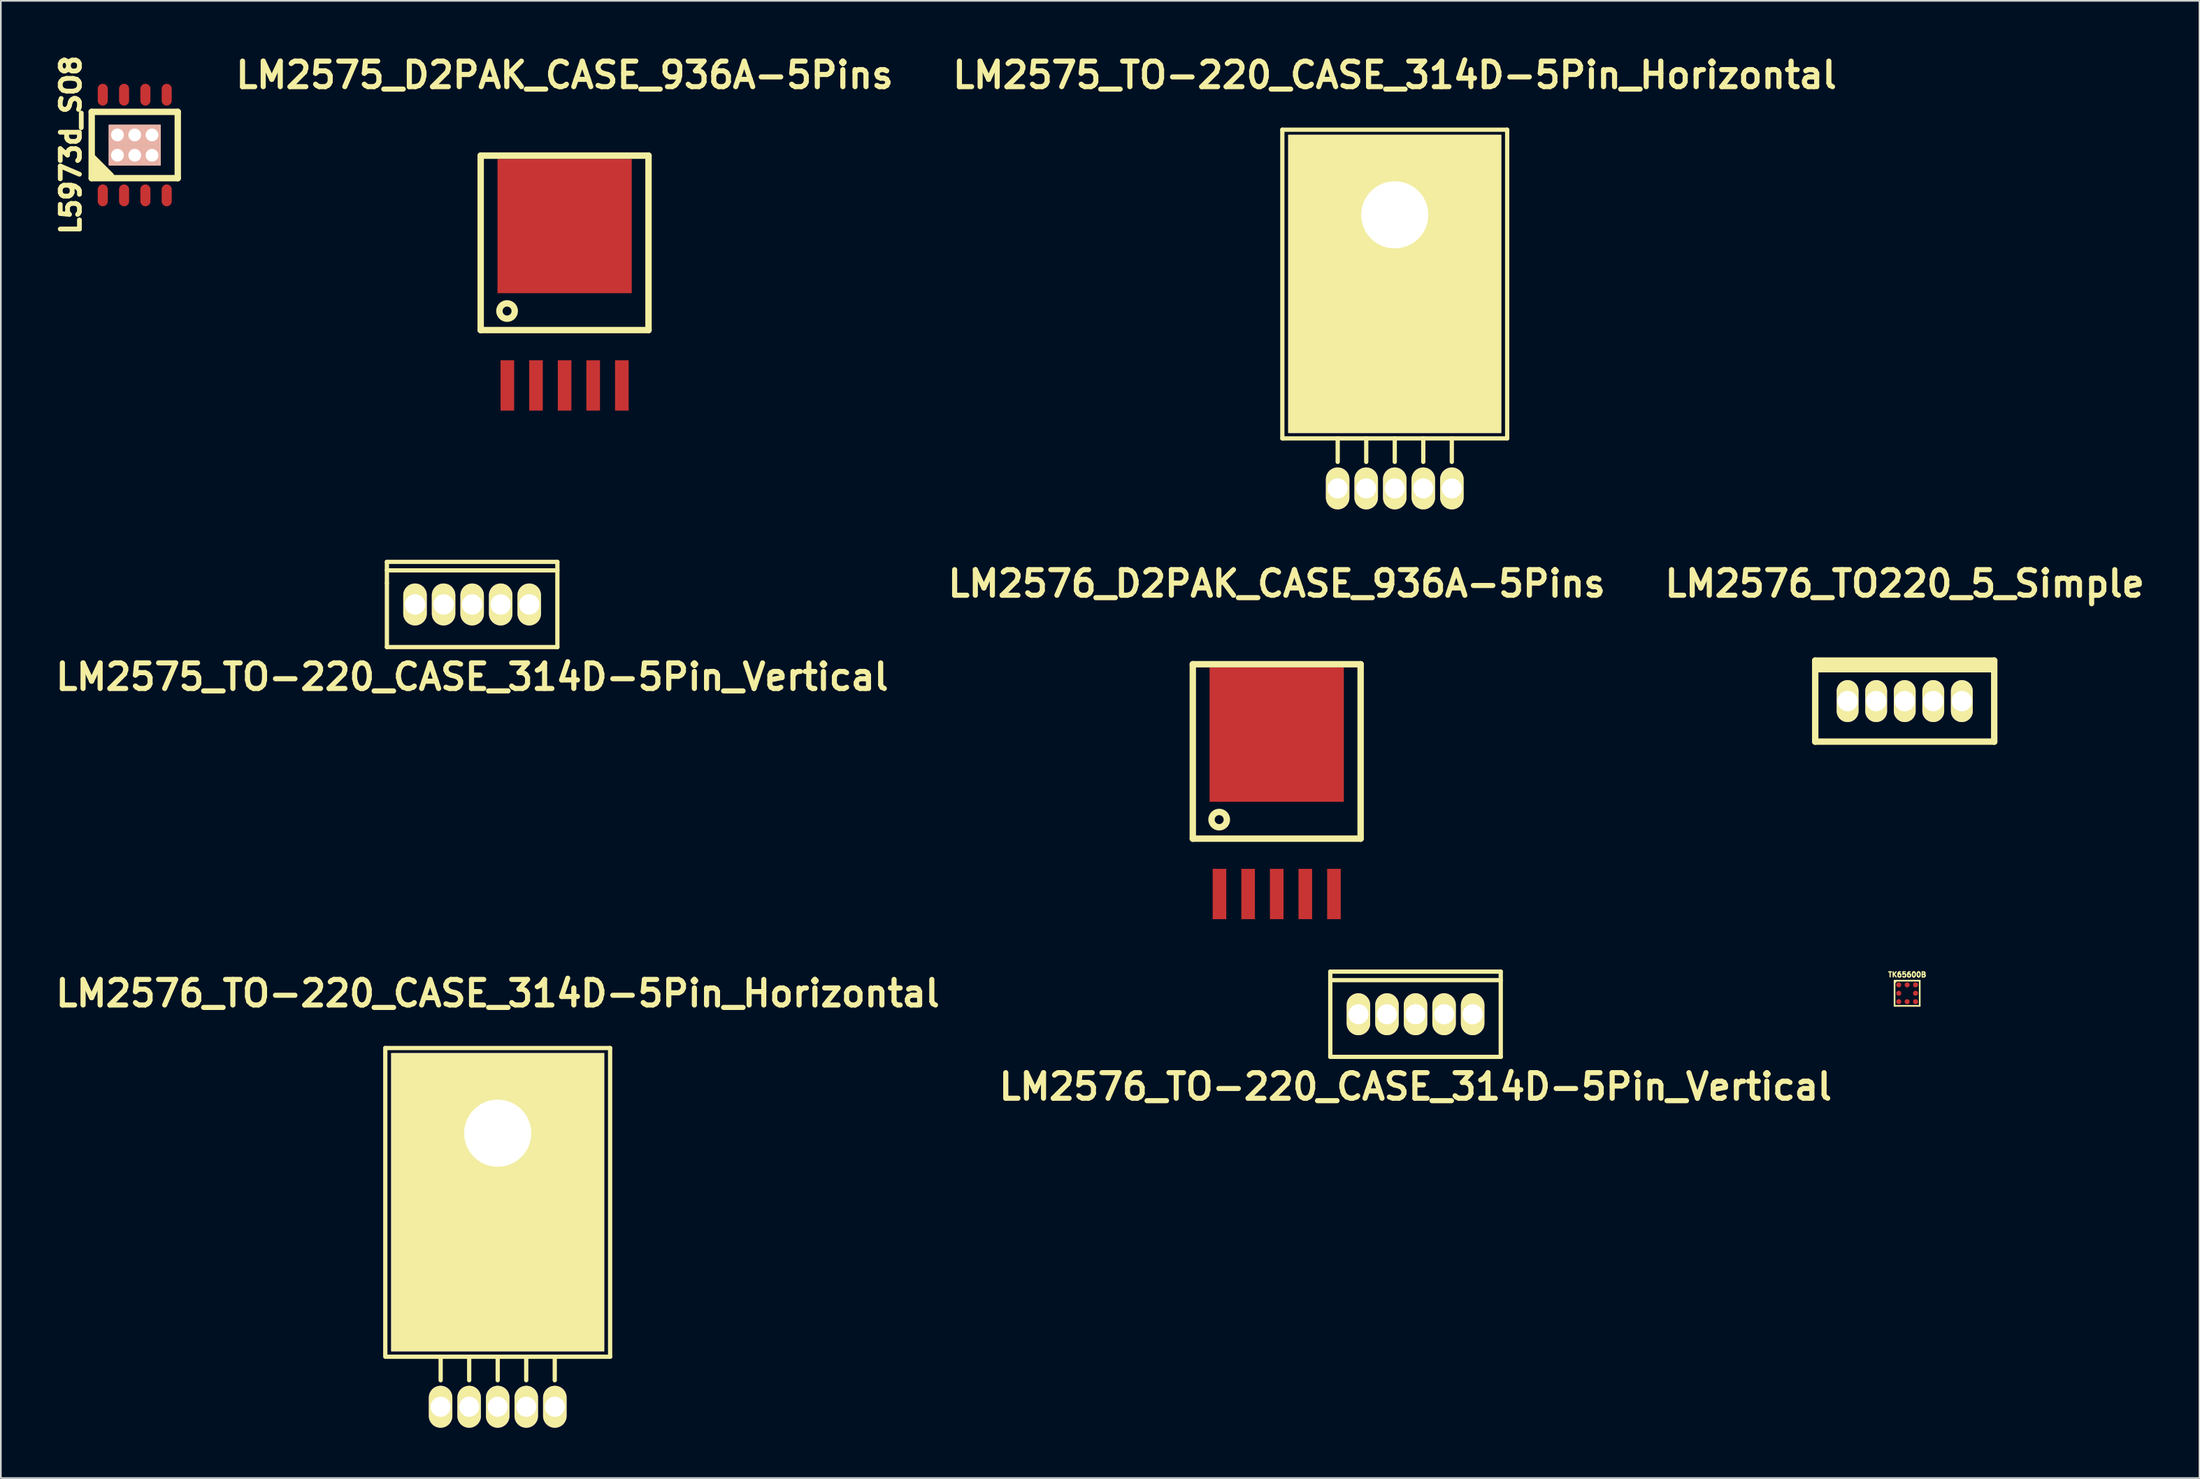
<source format=kicad_pcb>
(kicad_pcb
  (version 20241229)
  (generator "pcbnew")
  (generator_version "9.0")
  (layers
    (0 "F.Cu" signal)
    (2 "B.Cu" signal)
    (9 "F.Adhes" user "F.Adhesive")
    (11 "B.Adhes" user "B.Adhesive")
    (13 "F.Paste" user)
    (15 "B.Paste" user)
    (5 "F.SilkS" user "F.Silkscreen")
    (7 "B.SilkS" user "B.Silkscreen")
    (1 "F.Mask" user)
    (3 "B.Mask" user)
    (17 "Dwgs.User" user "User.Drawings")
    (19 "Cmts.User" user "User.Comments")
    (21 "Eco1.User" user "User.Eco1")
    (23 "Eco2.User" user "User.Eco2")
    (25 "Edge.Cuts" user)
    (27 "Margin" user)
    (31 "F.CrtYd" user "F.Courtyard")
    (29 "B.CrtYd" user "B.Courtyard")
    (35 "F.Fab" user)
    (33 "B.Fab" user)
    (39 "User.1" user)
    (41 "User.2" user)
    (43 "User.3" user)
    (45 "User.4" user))
  (footprint "TK65600B"
    (layer "F.Cu")
    (at 110.611 56.156)
    (property "Reference" "TK65600B" (at 0 -1.11 0) (layer "F.SilkS") (effects (font (size 0.3 0.3) (thickness 0.075))))
    (attr through_hole)
    (fp_line (start -0.75 -0.75) (end -0.75 0.75) (stroke (width 0.1) (type solid)) (layer "F.SilkS"))
    (fp_line (start -0.75 -0.63) (end -0.64 -0.74) (stroke (width 0.1) (type solid)) (layer "F.SilkS"))
    (fp_line (start -0.75 0.75) (end 0.75 0.75) (stroke (width 0.1) (type solid)) (layer "F.SilkS"))
    (fp_line (start 0.75 -0.75) (end -0.75 -0.75) (stroke (width 0.1) (type solid)) (layer "F.SilkS"))
    (fp_line (start 0.75 0.75) (end 0.75 -0.75) (stroke (width 0.1) (type solid)) (layer "F.SilkS"))
    (pad "A1" smd circle (at -0.5 -0.5) (size 0.3 0.3) (layers "F.Cu" "F.Mask" "F.Paste"))
    (pad "A2" smd circle (at 0 -0.5) (size 0.3 0.3) (layers "F.Cu" "F.Mask" "F.Paste"))
    (pad "A3" smd circle (at 0.5 -0.5) (size 0.3 0.3) (layers "F.Cu" "F.Mask" "F.Paste"))
    (pad "B1" smd circle (at -0.5 0) (size 0.3 0.3) (layers "F.Cu" "F.Mask" "F.Paste"))
    (pad "B3" smd circle (at 0.5 0) (size 0.3 0.3) (layers "F.Cu" "F.Mask" "F.Paste"))
    (pad "C1" smd circle (at -0.5 0.5) (size 0.3 0.3) (layers "F.Cu" "F.Mask" "F.Paste"))
    (pad "C2" smd circle (at 0 0.5) (size 0.3 0.3) (layers "F.Cu" "F.Mask" "F.Paste"))
    (pad "C3" smd circle (at 0.5 0.5) (size 0.3 0.3) (layers "F.Cu" "F.Mask" "F.Paste")))
  (footprint "LM2576_D2PAK_CASE_936A-5Pins"
    (layer "F.Cu")
    (at 73.039 41.741)
    (property "Reference" "LM2576_D2PAK_CASE_936A-5Pins" (at 0 -10 0) (layer "F.SilkS") (effects (font (size 1.524 1.524) (thickness 0.305))))
    (attr through_hole)
    (fp_line (start -5.001 5.199) (end -5.001 -5.199) (stroke (width 0.381) (type solid)) (layer "F.SilkS"))
    (fp_line (start 5.001 -5.199) (end -5.001 -5.199) (stroke (width 0.381) (type solid)) (layer "F.SilkS"))
    (fp_line (start 5.001 -5.199) (end 5.001 5.199) (stroke (width 0.381) (type solid)) (layer "F.SilkS"))
    (fp_line (start 5.001 5.199) (end -5.001 5.199) (stroke (width 0.381) (type solid)) (layer "F.SilkS"))
    (fp_circle (center -3.429 4.064) (end -3.175 4.445) (stroke (width 0.381) (type solid)) (fill no) (layer "F.SilkS"))
    (pad "1" smd rect (at -3.411 8.499) (size 0.81 3) (layers "F.Cu" "F.Mask" "F.Paste"))
    (pad "2" smd rect (at -1.704 8.499) (size 0.81 3) (layers "F.Cu" "F.Mask" "F.Paste"))
    (pad "3" smd rect (at 0 -1.001) (size 8.001 8.001) (layers "F.Cu" "F.Mask" "F.Paste"))
    (pad "3" smd rect (at 0 8.499) (size 0.81 3) (layers "F.Cu" "F.Mask" "F.Paste"))
    (pad "4" smd rect (at 1.704 8.499) (size 0.81 3) (layers "F.Cu" "F.Mask" "F.Paste"))
    (pad "5" smd rect (at 3.411 8.499) (size 0.81 3) (layers "F.Cu" "F.Mask" "F.Paste")))
  (footprint "LM2576_TO220_5_Simple"
    (layer "F.Cu")
    (at 110.467 38.741)
    (property "Reference" "LM2576_TO220_5_Simple" (at 0 -7 0) (layer "F.SilkS") (effects (font (size 1.524 1.524) (thickness 0.305))))
    (attr through_hole)
    (fp_line (start -5.334 -2.416) (end -5.334 2.416) (stroke (width 0.381) (type solid)) (layer "F.SilkS"))
    (fp_line (start -5.334 2.416) (end 5.334 2.416) (stroke (width 0.381) (type solid)) (layer "F.SilkS"))
    (fp_line (start -5.301 -1.9) (end 5.301 -1.9) (stroke (width 0.381) (type solid)) (layer "F.SilkS"))
    (fp_line (start 5.301 -2.2) (end -5.199 -2.2) (stroke (width 0.381) (type solid)) (layer "F.SilkS"))
    (fp_line (start 5.334 -2.416) (end -5.334 -2.416) (stroke (width 0.381) (type solid)) (layer "F.SilkS"))
    (fp_line (start 5.334 2.416) (end 5.334 -2.416) (stroke (width 0.381) (type solid)) (layer "F.SilkS"))
    (pad "1" thru_hole oval (at -3.404 0) (size 1.3 2.499) (drill 1.219) (layers "*.Cu" "*.Mask" "F.SilkS"))
    (pad "2" thru_hole oval (at -1.702 0) (size 1.3 2.499) (drill 1.219) (layers "*.Cu" "*.Mask" "F.SilkS"))
    (pad "3" thru_hole oval (at 0 0) (size 1.3 2.499) (drill 1.219) (layers "*.Cu" "*.Mask" "F.SilkS"))
    (pad "4" thru_hole oval (at 1.702 0) (size 1.3 2.499) (drill 1.219) (layers "*.Cu" "*.Mask" "F.SilkS"))
    (pad "5" thru_hole oval (at 3.404 0) (size 1.3 2.499) (drill 1.219) (layers "*.Cu" "*.Mask" "F.SilkS")))
  (footprint "LM2575_D2PAK_CASE_936A-5Pins"
    (layer "F.Cu")
    (at 30.599 11.426)
    (property "Reference" "LM2575_D2PAK_CASE_936A-5Pins" (at 0 -10 0) (layer "F.SilkS") (effects (font (size 1.524 1.524) (thickness 0.305))))
    (attr through_hole)
    (fp_line (start -5.001 5.199) (end -5.001 -5.199) (stroke (width 0.381) (type solid)) (layer "F.SilkS"))
    (fp_line (start 5.001 -5.199) (end -5.001 -5.199) (stroke (width 0.381) (type solid)) (layer "F.SilkS"))
    (fp_line (start 5.001 -5.199) (end 5.001 5.199) (stroke (width 0.381) (type solid)) (layer "F.SilkS"))
    (fp_line (start 5.001 5.199) (end -5.001 5.199) (stroke (width 0.381) (type solid)) (layer "F.SilkS"))
    (fp_circle (center -3.429 4.064) (end -3.175 4.445) (stroke (width 0.381) (type solid)) (fill no) (layer "F.SilkS"))
    (pad "1" smd rect (at -3.411 8.499) (size 0.81 3) (layers "F.Cu" "F.Mask" "F.Paste"))
    (pad "2" smd rect (at -1.704 8.499) (size 0.81 3) (layers "F.Cu" "F.Mask" "F.Paste"))
    (pad "3" smd rect (at 0 -1.001) (size 8.001 8.001) (layers "F.Cu" "F.Mask" "F.Paste"))
    (pad "3" smd rect (at 0 8.499) (size 0.81 3) (layers "F.Cu" "F.Mask" "F.Paste"))
    (pad "4" smd rect (at 1.704 8.499) (size 0.81 3) (layers "F.Cu" "F.Mask" "F.Paste"))
    (pad "5" smd rect (at 3.411 8.499) (size 0.81 3) (layers "F.Cu" "F.Mask" "F.Paste")))
  (footprint "LM2576_TO-220_CASE_314D-5Pin_Vertical"
    (layer "F.Cu")
    (at 81.312 57.406)
    (property "Reference" "LM2576_TO-220_CASE_314D-5Pin_Vertical" (at 0 4.318 0) (layer "F.SilkS") (effects (font (size 1.524 1.524) (thickness 0.305))))
    (attr through_hole)
    (fp_line (start -5.08 -2.54) (end -5.08 -1.27) (stroke (width 0.254) (type solid)) (layer "F.SilkS"))
    (fp_line (start -5.08 -2.032) (end 5.08 -2.032) (stroke (width 0.254) (type solid)) (layer "F.SilkS"))
    (fp_line (start -5.08 -1.27) (end -5.08 2.54) (stroke (width 0.254) (type solid)) (layer "F.SilkS"))
    (fp_line (start -5.08 2.54) (end 5.08 2.54) (stroke (width 0.254) (type solid)) (layer "F.SilkS"))
    (fp_line (start 5.08 -2.54) (end -5.08 -2.54) (stroke (width 0.254) (type solid)) (layer "F.SilkS"))
    (fp_line (start 5.08 2.54) (end 5.08 -2.54) (stroke (width 0.254) (type solid)) (layer "F.SilkS"))
    (pad "1" thru_hole oval (at 3.404 0) (size 1.4 2.499) (drill 1.2) (layers "*.Cu" "*.Mask" "F.SilkS"))
    (pad "2" thru_hole oval (at 1.702 0) (size 1.4 2.499) (drill 1.2) (layers "*.Cu" "*.Mask" "F.SilkS"))
    (pad "3" thru_hole oval (at 0 0) (size 1.4 2.499) (drill 1.2) (layers "*.Cu" "*.Mask" "F.SilkS"))
    (pad "4" thru_hole oval (at -1.702 0) (size 1.4 2.499) (drill 1.2) (layers "*.Cu" "*.Mask" "F.SilkS"))
    (pad "5" thru_hole oval (at -3.404 0) (size 1.4 2.499) (drill 1.2) (layers "*.Cu" "*.Mask" "F.SilkS")))
  (footprint "L5973d_SO8"
    (layer "F.Cu")
    (at 4.98 5.594)
    (property "Reference" "L5973d_SO8" (at -3.81 0 90) (layer "F.SilkS") (effects (font (size 1.143 1.143) (thickness 0.286))))
    (attr smd)
    (fp_line (start -2.565 -1.976) (end -2.565 1.976) (stroke (width 0.381) (type solid)) (layer "F.SilkS"))
    (fp_line (start -2.565 1.976) (end 2.565 1.976) (stroke (width 0.381) (type solid)) (layer "F.SilkS"))
    (fp_line (start -2.539 1.44) (end -2.039 1.94) (stroke (width 0.381) (type solid)) (layer "F.SilkS"))
    (fp_line (start -2.509 0.741) (end -1.41 1.841) (stroke (width 0.381) (type solid)) (layer "F.SilkS"))
    (fp_line (start -2.499 1.1) (end -1.699 1.9) (stroke (width 0.381) (type solid)) (layer "F.SilkS"))
    (fp_line (start 2.565 -1.976) (end -2.565 -1.976) (stroke (width 0.381) (type solid)) (layer "F.SilkS"))
    (fp_line (start 2.565 1.976) (end 2.565 -1.976) (stroke (width 0.381) (type solid)) (layer "F.SilkS"))
    (pad "0" thru_hole rect (at -1.03 -0.6) (size 1.03 1.205) (drill oval 0.762) (layers "*.Cu" "*.SilkS" "*.Mask"))
    (pad "0" thru_hole rect (at -1.03 0.61) (size 1.03 1.205) (drill oval 0.762) (layers "*.Cu" "*.SilkS" "*.Mask"))
    (pad "0" thru_hole rect (at 0 -0.6) (size 1.03 1.205) (drill oval 0.762) (layers "*.Cu" "*.SilkS" "*.Mask"))
    (pad "0" thru_hole rect (at 0 0.61) (size 1.03 1.205) (drill oval 0.762) (layers "*.Cu" "*.SilkS" "*.Mask"))
    (pad "0" thru_hole rect (at 1.03 -0.6) (size 1.03 1.205) (drill oval 0.762) (layers "*.Cu" "*.SilkS" "*.Mask"))
    (pad "0" thru_hole rect (at 1.03 0.61) (size 1.03 1.205) (drill oval 0.762) (layers "*.Cu" "*.SilkS" "*.Mask"))
    (pad "1" smd oval (at -1.905 3) (size 0.599 1.3) (layers "F.Cu" "F.Mask" "F.Paste"))
    (pad "2" smd oval (at -0.635 3) (size 0.599 1.3) (layers "F.Cu" "F.Mask" "F.Paste"))
    (pad "3" smd oval (at 0.635 3) (size 0.599 1.3) (layers "F.Cu" "F.Mask" "F.Paste"))
    (pad "4" smd oval (at 1.905 3) (size 0.599 1.3) (layers "F.Cu" "F.Mask" "F.Paste"))
    (pad "5" smd oval (at 1.905 -3) (size 0.599 1.3) (layers "F.Cu" "F.Mask" "F.Paste"))
    (pad "6" smd oval (at 0.635 -3) (size 0.599 1.3) (layers "F.Cu" "F.Mask" "F.Paste"))
    (pad "7" smd oval (at -0.635 -3) (size 0.599 1.3) (layers "F.Cu" "F.Mask" "F.Paste"))
    (pad "8" smd oval (at -1.905 -3) (size 0.599 1.3) (layers "F.Cu" "F.Mask" "F.Paste")))
  (footprint "LM2575_TO-220_CASE_314D-5Pin_Horizontal"
    (layer "F.Cu")
    (at 80.074 17.682)
    (property "Reference" "LM2575_TO-220_CASE_314D-5Pin_Horizontal" (at 0 -16.256 0) (layer "F.SilkS") (effects (font (size 1.524 1.524) (thickness 0.305))))
    (attr through_hole)
    (fp_line (start -6.7 -13) (end 6.7 -13) (stroke (width 0.254) (type solid)) (layer "F.SilkS"))
    (fp_line (start -6.7 5.4) (end -6.7 -13) (stroke (width 0.254) (type solid)) (layer "F.SilkS"))
    (fp_line (start -6.6 5.4) (end -6.7 5.4) (stroke (width 0.254) (type solid)) (layer "F.SilkS"))
    (fp_line (start -3.4 6.8) (end -3.4 5.4) (stroke (width 0.254) (type solid)) (layer "F.SilkS"))
    (fp_line (start -1.7 6.8) (end -1.7 5.4) (stroke (width 0.254) (type solid)) (layer "F.SilkS"))
    (fp_line (start 0 6.8) (end 0 5.4) (stroke (width 0.254) (type solid)) (layer "F.SilkS"))
    (fp_line (start 1.7 6.8) (end 1.7 5.4) (stroke (width 0.254) (type solid)) (layer "F.SilkS"))
    (fp_line (start 3.4 6.8) (end 3.4 5.4) (stroke (width 0.254) (type solid)) (layer "F.SilkS"))
    (fp_line (start 6.7 -13) (end 6.7 5.4) (stroke (width 0.254) (type solid)) (layer "F.SilkS"))
    (fp_line (start 6.7 5.4) (end -6.6 5.4) (stroke (width 0.254) (type solid)) (layer "F.SilkS"))
    (pad "0" thru_hole rect (at 0 -7.925) (size 12.7 17.78) (drill 4 (offset 0 4.115)) (layers "F.Cu" "F.Mask" "F.SilkS"))
    (pad "1" thru_hole oval (at -3.404 8.382) (size 1.4 2.499) (drill 1.2) (layers "*.Cu" "*.Mask" "F.SilkS"))
    (pad "2" thru_hole oval (at -1.702 8.382) (size 1.4 2.499) (drill 1.2) (layers "*.Cu" "*.Mask" "F.SilkS"))
    (pad "3" thru_hole oval (at 0 8.382) (size 1.4 2.499) (drill 1.2) (layers "*.Cu" "*.Mask" "F.SilkS"))
    (pad "4" thru_hole oval (at 1.702 8.382) (size 1.4 2.499) (drill 1.2) (layers "*.Cu" "*.Mask" "F.SilkS"))
    (pad "5" thru_hole oval (at 3.404 8.382) (size 1.4 2.499) (drill 1.2) (layers "*.Cu" "*.Mask" "F.SilkS")))
  (footprint "LM2576_TO-220_CASE_314D-5Pin_Horizontal"
    (layer "F.Cu")
    (at 26.612 72.422)
    (property "Reference" "LM2576_TO-220_CASE_314D-5Pin_Horizontal" (at 0 -16.256 0) (layer "F.SilkS") (effects (font (size 1.524 1.524) (thickness 0.305))))
    (attr through_hole)
    (fp_line (start -6.7 -13) (end 6.7 -13) (stroke (width 0.254) (type solid)) (layer "F.SilkS"))
    (fp_line (start -6.7 5.4) (end -6.7 -13) (stroke (width 0.254) (type solid)) (layer "F.SilkS"))
    (fp_line (start -3.4 6.8) (end -3.4 5.4) (stroke (width 0.254) (type solid)) (layer "F.SilkS"))
    (fp_line (start -1.7 6.8) (end -1.7 5.4) (stroke (width 0.254) (type solid)) (layer "F.SilkS"))
    (fp_line (start 0 6.8) (end 0 5.4) (stroke (width 0.254) (type solid)) (layer "F.SilkS"))
    (fp_line (start 1.7 6.8) (end 1.7 5.4) (stroke (width 0.254) (type solid)) (layer "F.SilkS"))
    (fp_line (start 3.4 6.8) (end 3.4 5.4) (stroke (width 0.254) (type solid)) (layer "F.SilkS"))
    (fp_line (start 6.7 -13) (end 6.7 5.4) (stroke (width 0.254) (type solid)) (layer "F.SilkS"))
    (fp_line (start 6.7 5.4) (end -6.6 5.4) (stroke (width 0.254) (type solid)) (layer "F.SilkS"))
    (pad "0" thru_hole rect (at 0 -7.925) (size 12.7 17.78) (drill 4 (offset 0 4.115)) (layers "F.Cu" "F.Mask" "F.SilkS"))
    (pad "1" thru_hole oval (at -3.404 8.382) (size 1.4 2.499) (drill 1.2) (layers "*.Cu" "*.Mask" "F.SilkS"))
    (pad "2" thru_hole oval (at -1.702 8.382) (size 1.4 2.499) (drill 1.2) (layers "*.Cu" "*.Mask" "F.SilkS"))
    (pad "3" thru_hole oval (at 0 8.382) (size 1.4 2.499) (drill 1.2) (layers "*.Cu" "*.Mask" "F.SilkS"))
    (pad "4" thru_hole oval (at 1.702 8.382) (size 1.4 2.499) (drill 1.2) (layers "*.Cu" "*.Mask" "F.SilkS"))
    (pad "5" thru_hole oval (at 3.404 8.382) (size 1.4 2.499) (drill 1.2) (layers "*.Cu" "*.Mask" "F.SilkS")))
  (footprint "LM2575_TO-220_CASE_314D-5Pin_Vertical"
    (layer "F.Cu")
    (at 25.088 32.981)
    (property "Reference" "LM2575_TO-220_CASE_314D-5Pin_Vertical" (at 0 4.318 0) (layer "F.SilkS") (effects (font (size 1.524 1.524) (thickness 0.305))))
    (attr through_hole)
    (fp_line (start -5.08 -2.54) (end -5.08 -1.27) (stroke (width 0.254) (type solid)) (layer "F.SilkS"))
    (fp_line (start -5.08 -2.032) (end 5.08 -2.032) (stroke (width 0.254) (type solid)) (layer "F.SilkS"))
    (fp_line (start -5.08 -1.27) (end -5.08 2.54) (stroke (width 0.254) (type solid)) (layer "F.SilkS"))
    (fp_line (start -5.08 2.54) (end 5.08 2.54) (stroke (width 0.254) (type solid)) (layer "F.SilkS"))
    (fp_line (start 5.08 -2.54) (end -5.08 -2.54) (stroke (width 0.254) (type solid)) (layer "F.SilkS"))
    (fp_line (start 5.08 2.54) (end 5.08 -2.54) (stroke (width 0.254) (type solid)) (layer "F.SilkS"))
    (pad "1" thru_hole oval (at 3.404 0) (size 1.4 2.499) (drill 1.219) (layers "*.Cu" "*.Mask" "F.SilkS"))
    (pad "2" thru_hole oval (at 1.702 0) (size 1.4 2.499) (drill 1.219) (layers "*.Cu" "*.Mask" "F.SilkS"))
    (pad "3" thru_hole oval (at 0 0) (size 1.4 2.499) (drill 1.219) (layers "*.Cu" "*.Mask" "F.SilkS"))
    (pad "4" thru_hole oval (at -1.702 0) (size 1.4 2.499) (drill 1.219) (layers "*.Cu" "*.Mask" "F.SilkS"))
    (pad "5" thru_hole oval (at -3.404 0) (size 1.4 2.499) (drill 1.219) (layers "*.Cu" "*.Mask" "F.SilkS")))
  (gr_rect
    (start -3 -3)
    (end 128.032 85.053)
    (stroke (width 0.1) (type default))
    (fill no)
    (layer "Edge.Cuts")))
</source>
